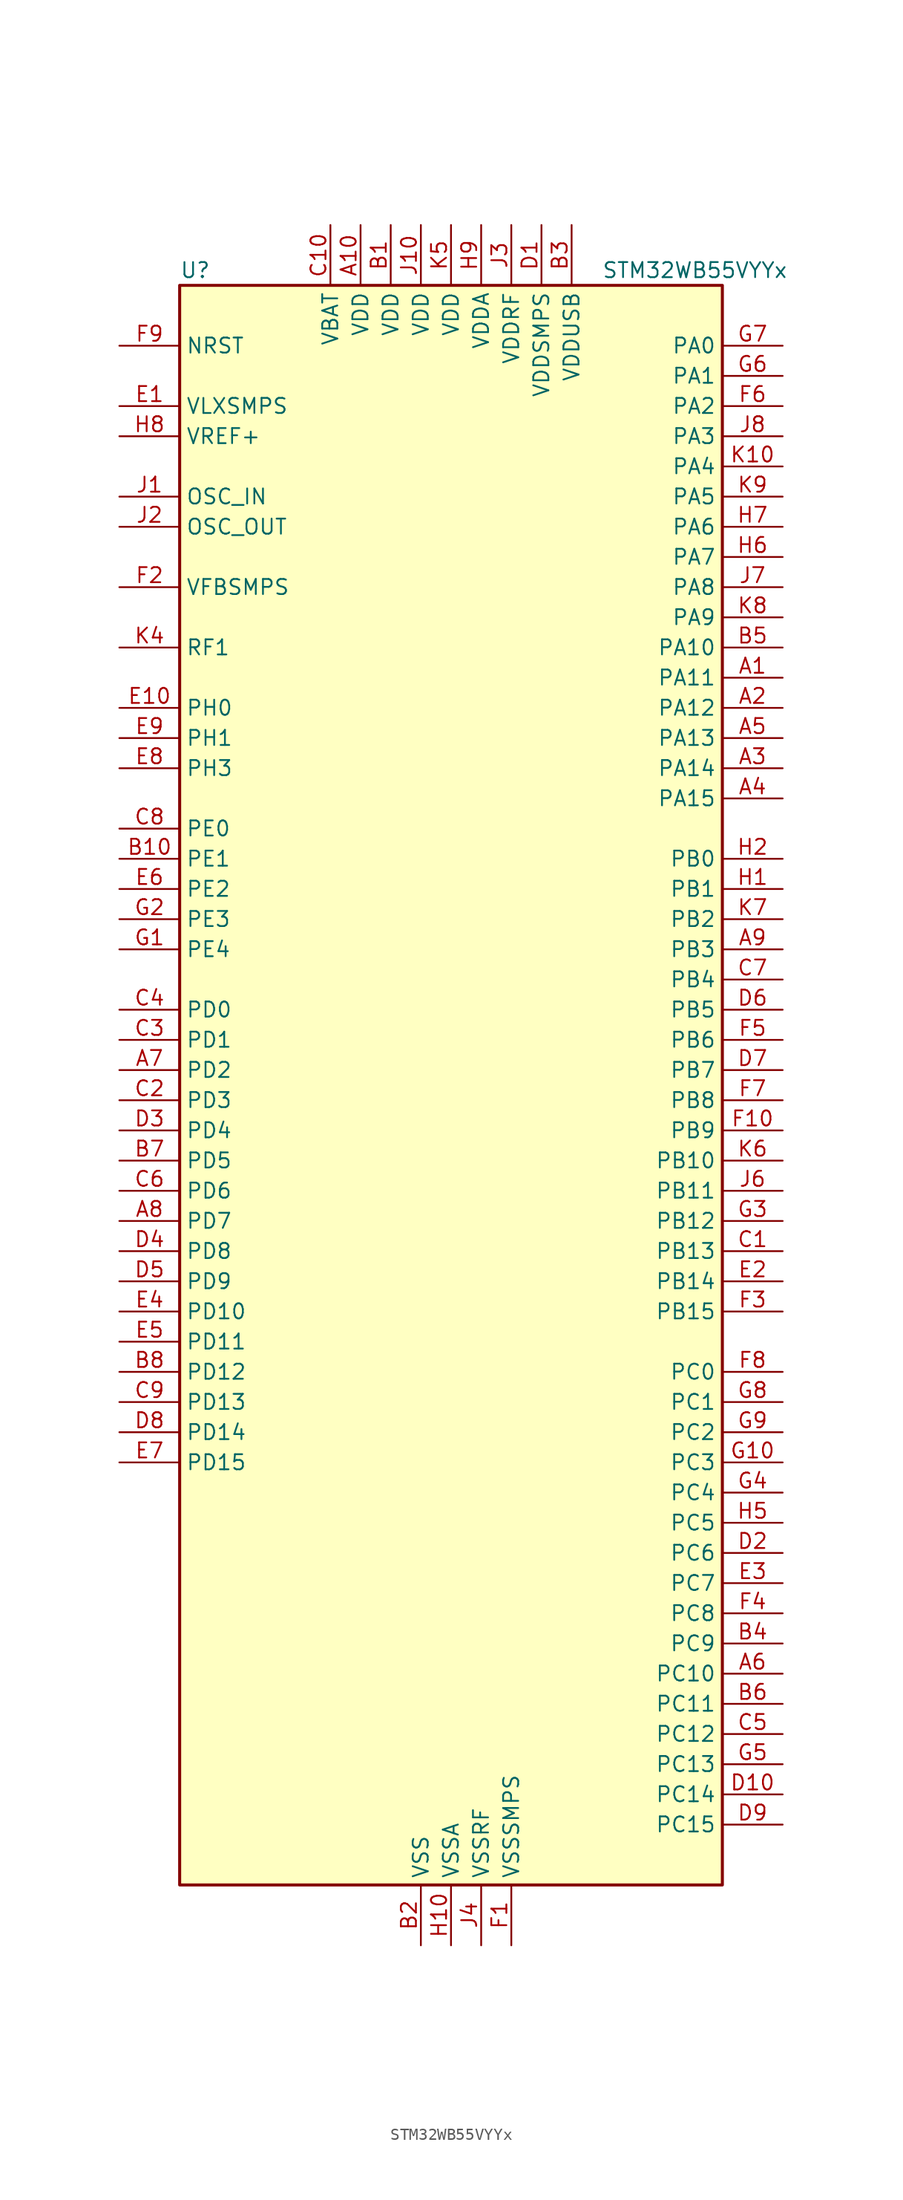
<source format=kicad_sym>
(kicad_symbol_lib
  (version 20241209)
  (generator "kicad_symbol_editor")
  (generator_version "9.0")
  (symbol "STM32WB55VYYx"
    (property "Reference" "U"
      (at -22.86 69.85 0)
      (effects (font (size 1.27 1.27)) (justify left)))
    (property "Value" "STM32WB55VYYx"
      (at 12.7 69.85 0)
      (effects (font (size 1.27 1.27)) (justify left)))
    (symbol "STM32WB55VYYx_0_1"
      (rectangle (start -22.86 -66.04) (end 22.86 68.58) (stroke (width 0.254) (type default)) (fill (type background))))
    (symbol "STM32WB55VYYx_1_1"
      (pin input line (at -27.94 63.5 0) (length 5.08) (name "NRST" (effects (font (size 1.27 1.27)))) (number "F9" (effects (font (size 1.27 1.27)))))
      (pin power_in line (at -27.94 58.42 0) (length 5.08) (name "VLXSMPS" (effects (font (size 1.27 1.27)))) (number "E1" (effects (font (size 1.27 1.27)))))
      (pin input line (at -27.94 55.88 0) (length 5.08) (name "VREF+" (effects (font (size 1.27 1.27)))) (number "H8" (effects (font (size 1.27 1.27)))) (alternate "VREFBUF_OUT" bidirectional line))
      (pin input line (at -27.94 50.8 0) (length 5.08) (name "OSC_IN" (effects (font (size 1.27 1.27)))) (number "J1" (effects (font (size 1.27 1.27)))) (alternate "RCC_OSC_IN" bidirectional line))
      (pin input line (at -27.94 48.26 0) (length 5.08) (name "OSC_OUT" (effects (font (size 1.27 1.27)))) (number "J2" (effects (font (size 1.27 1.27)))) (alternate "RCC_OSC_OUT" bidirectional line))
      (pin input line (at -27.94 43.18 0) (length 5.08) (name "VFBSMPS" (effects (font (size 1.27 1.27)))) (number "F2" (effects (font (size 1.27 1.27)))))
      (pin bidirectional line (at -27.94 38.1 0) (length 5.08) (name "RF1" (effects (font (size 1.27 1.27)))) (number "K4" (effects (font (size 1.27 1.27)))) (alternate "RF_RF1" bidirectional line))
      (pin bidirectional line (at -27.94 33.02 0) (length 5.08) (name "PH0" (effects (font (size 1.27 1.27)))) (number "E10" (effects (font (size 1.27 1.27)))))
      (pin bidirectional line (at -27.94 30.48 0) (length 5.08) (name "PH1" (effects (font (size 1.27 1.27)))) (number "E9" (effects (font (size 1.27 1.27)))))
      (pin bidirectional line (at -27.94 27.94 0) (length 5.08) (name "PH3" (effects (font (size 1.27 1.27)))) (number "E8" (effects (font (size 1.27 1.27)))) (alternate "RCC_LSCO" bidirectional line))
      (pin bidirectional line (at -27.94 22.86 0) (length 5.08) (name "PE0" (effects (font (size 1.27 1.27)))) (number "C8" (effects (font (size 1.27 1.27)))) (alternate "LCD_SEG36" bidirectional line) (alternate "TIM16_CH1" bidirectional line) (alternate "TIM1_ETR" bidirectional line) (alternate "TSC_G7_IO3" bidirectional line))
      (pin bidirectional line (at -27.94 20.32 0) (length 5.08) (name "PE1" (effects (font (size 1.27 1.27)))) (number "B10" (effects (font (size 1.27 1.27)))) (alternate "LCD_SEG37" bidirectional line) (alternate "TIM17_CH1" bidirectional line) (alternate "TSC_G7_IO2" bidirectional line))
      (pin bidirectional line (at -27.94 17.78 0) (length 5.08) (name "PE2" (effects (font (size 1.27 1.27)))) (number "E6" (effects (font (size 1.27 1.27)))) (alternate "LCD_SEG38" bidirectional line) (alternate "SAI1_CK1" bidirectional line) (alternate "SAI1_MCLK_A" bidirectional line) (alternate "SYS_TRACECLK" bidirectional line) (alternate "TSC_G7_IO1" bidirectional line))
      (pin bidirectional line (at -27.94 15.24 0) (length 5.08) (name "PE3" (effects (font (size 1.27 1.27)))) (number "G2" (effects (font (size 1.27 1.27)))))
      (pin bidirectional line (at -27.94 12.7 0) (length 5.08) (name "PE4" (effects (font (size 1.27 1.27)))) (number "G1" (effects (font (size 1.27 1.27)))))
      (pin bidirectional line (at -27.94 7.62 0) (length 5.08) (name "PD0" (effects (font (size 1.27 1.27)))) (number "C4" (effects (font (size 1.27 1.27)))) (alternate "SPI2_NSS" bidirectional line))
      (pin bidirectional line (at -27.94 5.08 0) (length 5.08) (name "PD1" (effects (font (size 1.27 1.27)))) (number "C3" (effects (font (size 1.27 1.27)))) (alternate "SPI2_SCK" bidirectional line))
      (pin bidirectional line (at -27.94 2.54 0) (length 5.08) (name "PD2" (effects (font (size 1.27 1.27)))) (number "A7" (effects (font (size 1.27 1.27)))) (alternate "LCD_COM7" bidirectional line) (alternate "LCD_SEG31" bidirectional line) (alternate "LCD_SEG43" bidirectional line) (alternate "SYS_TRACED2" bidirectional line) (alternate "TSC_SYNC" bidirectional line))
      (pin bidirectional line (at -27.94 0 0) (length 5.08) (name "PD3" (effects (font (size 1.27 1.27)))) (number "C2" (effects (font (size 1.27 1.27)))) (alternate "QUADSPI_BK1_NCS" bidirectional line) (alternate "SPI2_MISO" bidirectional line) (alternate "SPI2_SCK" bidirectional line))
      (pin bidirectional line (at -27.94 -2.54 0) (length 5.08) (name "PD4" (effects (font (size 1.27 1.27)))) (number "D3" (effects (font (size 1.27 1.27)))) (alternate "QUADSPI_BK1_IO0" bidirectional line) (alternate "SPI2_MOSI" bidirectional line) (alternate "TSC_G5_IO1" bidirectional line))
      (pin bidirectional line (at -27.94 -5.08 0) (length 5.08) (name "PD5" (effects (font (size 1.27 1.27)))) (number "B7" (effects (font (size 1.27 1.27)))) (alternate "QUADSPI_BK1_IO1" bidirectional line) (alternate "SAI1_MCLK_B" bidirectional line) (alternate "TSC_G5_IO2" bidirectional line))
      (pin bidirectional line (at -27.94 -7.62 0) (length 5.08) (name "PD6" (effects (font (size 1.27 1.27)))) (number "C6" (effects (font (size 1.27 1.27)))) (alternate "QUADSPI_BK1_IO2" bidirectional line) (alternate "SAI1_D1" bidirectional line) (alternate "SAI1_SD_A" bidirectional line) (alternate "TSC_G5_IO3" bidirectional line))
      (pin bidirectional line (at -27.94 -10.16 0) (length 5.08) (name "PD7" (effects (font (size 1.27 1.27)))) (number "A8" (effects (font (size 1.27 1.27)))) (alternate "LCD_SEG39" bidirectional line) (alternate "QUADSPI_BK1_IO3" bidirectional line) (alternate "TSC_G5_IO4" bidirectional line))
      (pin bidirectional line (at -27.94 -12.7 0) (length 5.08) (name "PD8" (effects (font (size 1.27 1.27)))) (number "D4" (effects (font (size 1.27 1.27)))) (alternate "LCD_SEG28" bidirectional line) (alternate "TIM1_BKIN2" bidirectional line))
      (pin bidirectional line (at -27.94 -15.24 0) (length 5.08) (name "PD9" (effects (font (size 1.27 1.27)))) (number "D5" (effects (font (size 1.27 1.27)))) (alternate "LCD_SEG29" bidirectional line) (alternate "SYS_TRACED0" bidirectional line))
      (pin bidirectional line (at -27.94 -17.78 0) (length 5.08) (name "PD10" (effects (font (size 1.27 1.27)))) (number "E4" (effects (font (size 1.27 1.27)))) (alternate "LCD_SEG30" bidirectional line) (alternate "SYS_TRIG_INOUT" bidirectional line) (alternate "TSC_G6_IO1" bidirectional line))
      (pin bidirectional line (at -27.94 -20.32 0) (length 5.08) (name "PD11" (effects (font (size 1.27 1.27)))) (number "E5" (effects (font (size 1.27 1.27)))) (alternate "ADC1_EXTI11" bidirectional line) (alternate "LCD_SEG31" bidirectional line) (alternate "LPTIM2_ETR" bidirectional line) (alternate "TSC_G6_IO2" bidirectional line))
      (pin bidirectional line (at -27.94 -22.86 0) (length 5.08) (name "PD12" (effects (font (size 1.27 1.27)))) (number "B8" (effects (font (size 1.27 1.27)))) (alternate "LCD_SEG32" bidirectional line) (alternate "LPTIM2_IN1" bidirectional line) (alternate "TSC_G6_IO3" bidirectional line))
      (pin bidirectional line (at -27.94 -25.4 0) (length 5.08) (name "PD13" (effects (font (size 1.27 1.27)))) (number "C9" (effects (font (size 1.27 1.27)))) (alternate "LCD_SEG33" bidirectional line) (alternate "LPTIM2_OUT" bidirectional line) (alternate "TSC_G6_IO4" bidirectional line))
      (pin bidirectional line (at -27.94 -27.94 0) (length 5.08) (name "PD14" (effects (font (size 1.27 1.27)))) (number "D8" (effects (font (size 1.27 1.27)))) (alternate "LCD_SEG34" bidirectional line) (alternate "TIM1_CH1" bidirectional line))
      (pin bidirectional line (at -27.94 -30.48 0) (length 5.08) (name "PD15" (effects (font (size 1.27 1.27)))) (number "E7" (effects (font (size 1.27 1.27)))) (alternate "ADC1_EXTI15" bidirectional line) (alternate "LCD_SEG35" bidirectional line) (alternate "TIM1_CH2" bidirectional line))
      (pin no_connect line (at -22.86 -63.5 0) (length 5.08) (hide yes) (name "AT1" (effects (font (size 1.27 1.27)))) (number "H4" (effects (font (size 1.27 1.27)))))
      (pin no_connect line (at -22.86 -66.04 0) (length 5.08) (hide yes) (name "AT0" (effects (font (size 1.27 1.27)))) (number "H3" (effects (font (size 1.27 1.27)))))
      (pin power_in line (at -10.16 73.66 270) (length 5.08) (name "VBAT" (effects (font (size 1.27 1.27)))) (number "C10" (effects (font (size 1.27 1.27)))))
      (pin power_in line (at -7.62 73.66 270) (length 5.08) (name "VDD" (effects (font (size 1.27 1.27)))) (number "A10" (effects (font (size 1.27 1.27)))))
      (pin power_in line (at -5.08 73.66 270) (length 5.08) (name "VDD" (effects (font (size 1.27 1.27)))) (number "B1" (effects (font (size 1.27 1.27)))))
      (pin power_in line (at -2.54 73.66 270) (length 5.08) (name "VDD" (effects (font (size 1.27 1.27)))) (number "J10" (effects (font (size 1.27 1.27)))))
      (pin power_in line (at -2.54 -71.12 90) (length 5.08) (name "VSS" (effects (font (size 1.27 1.27)))) (number "B2" (effects (font (size 1.27 1.27)))))
      (pin passive line (at -2.54 -71.12 90) (length 5.08) (hide yes) (name "VSS" (effects (font (size 1.27 1.27)))) (number "B9" (effects (font (size 1.27 1.27)))))
      (pin passive line (at -2.54 -71.12 90) (length 5.08) (hide yes) (name "VSS" (effects (font (size 1.27 1.27)))) (number "J5" (effects (font (size 1.27 1.27)))))
      (pin passive line (at -2.54 -71.12 90) (length 5.08) (hide yes) (name "VSS" (effects (font (size 1.27 1.27)))) (number "J9" (effects (font (size 1.27 1.27)))))
      (pin power_in line (at 0 73.66 270) (length 5.08) (name "VDD" (effects (font (size 1.27 1.27)))) (number "K5" (effects (font (size 1.27 1.27)))))
      (pin power_in line (at 0 -71.12 90) (length 5.08) (name "VSSA" (effects (font (size 1.27 1.27)))) (number "H10" (effects (font (size 1.27 1.27)))))
      (pin power_in line (at 2.54 73.66 270) (length 5.08) (name "VDDA" (effects (font (size 1.27 1.27)))) (number "H9" (effects (font (size 1.27 1.27)))))
      (pin power_in line (at 2.54 -71.12 90) (length 5.08) (name "VSSRF" (effects (font (size 1.27 1.27)))) (number "J4" (effects (font (size 1.27 1.27)))))
      (pin passive line (at 2.54 -71.12 90) (length 5.08) (hide yes) (name "VSSRF" (effects (font (size 1.27 1.27)))) (number "K1" (effects (font (size 1.27 1.27)))))
      (pin passive line (at 2.54 -71.12 90) (length 5.08) (hide yes) (name "VSSRF" (effects (font (size 1.27 1.27)))) (number "K2" (effects (font (size 1.27 1.27)))))
      (pin passive line (at 2.54 -71.12 90) (length 5.08) (hide yes) (name "VSSRF" (effects (font (size 1.27 1.27)))) (number "K3" (effects (font (size 1.27 1.27)))))
      (pin power_in line (at 5.08 73.66 270) (length 5.08) (name "VDDRF" (effects (font (size 1.27 1.27)))) (number "J3" (effects (font (size 1.27 1.27)))))
      (pin power_in line (at 5.08 -71.12 90) (length 5.08) (name "VSSSMPS" (effects (font (size 1.27 1.27)))) (number "F1" (effects (font (size 1.27 1.27)))))
      (pin power_in line (at 7.62 73.66 270) (length 5.08) (name "VDDSMPS" (effects (font (size 1.27 1.27)))) (number "D1" (effects (font (size 1.27 1.27)))))
      (pin power_in line (at 10.16 73.66 270) (length 5.08) (name "VDDUSB" (effects (font (size 1.27 1.27)))) (number "B3" (effects (font (size 1.27 1.27)))))
      (pin bidirectional line (at 27.94 63.5 180) (length 5.08) (name "PA0" (effects (font (size 1.27 1.27)))) (number "G7" (effects (font (size 1.27 1.27)))) (alternate "ADC1_IN5" bidirectional line) (alternate "COMP1_INM" bidirectional line) (alternate "COMP1_OUT" bidirectional line) (alternate "RTC_TAMP2" bidirectional line) (alternate "SAI1_EXTCLK" bidirectional line) (alternate "SYS_WKUP1" bidirectional line) (alternate "TIM2_CH1" bidirectional line) (alternate "TIM2_ETR" bidirectional line))
      (pin bidirectional line (at 27.94 60.96 180) (length 5.08) (name "PA1" (effects (font (size 1.27 1.27)))) (number "G6" (effects (font (size 1.27 1.27)))) (alternate "ADC1_IN6" bidirectional line) (alternate "COMP1_INP" bidirectional line) (alternate "I2C1_SMBA" bidirectional line) (alternate "LCD_SEG0" bidirectional line) (alternate "SPI1_SCK" bidirectional line) (alternate "TIM2_CH2" bidirectional line))
      (pin bidirectional line (at 27.94 58.42 180) (length 5.08) (name "PA2" (effects (font (size 1.27 1.27)))) (number "F6" (effects (font (size 1.27 1.27)))) (alternate "ADC1_IN7" bidirectional line) (alternate "COMP2_INM" bidirectional line) (alternate "COMP2_OUT" bidirectional line) (alternate "LCD_SEG1" bidirectional line) (alternate "LPUART1_TX" bidirectional line) (alternate "QUADSPI_BK1_NCS" bidirectional line) (alternate "RCC_LSCO" bidirectional line) (alternate "SYS_WKUP4" bidirectional line) (alternate "TIM2_CH3" bidirectional line))
      (pin bidirectional line (at 27.94 55.88 180) (length 5.08) (name "PA3" (effects (font (size 1.27 1.27)))) (number "J8" (effects (font (size 1.27 1.27)))) (alternate "ADC1_IN8" bidirectional line) (alternate "COMP2_INP" bidirectional line) (alternate "LCD_SEG2" bidirectional line) (alternate "LPUART1_RX" bidirectional line) (alternate "QUADSPI_CLK" bidirectional line) (alternate "SAI1_CK1" bidirectional line) (alternate "SAI1_MCLK_A" bidirectional line) (alternate "TIM2_CH4" bidirectional line))
      (pin bidirectional line (at 27.94 53.34 180) (length 5.08) (name "PA4" (effects (font (size 1.27 1.27)))) (number "K10" (effects (font (size 1.27 1.27)))) (alternate "ADC1_IN9" bidirectional line) (alternate "COMP1_INM" bidirectional line) (alternate "COMP2_INM" bidirectional line) (alternate "LCD_SEG5" bidirectional line) (alternate "LPTIM2_OUT" bidirectional line) (alternate "SAI1_FS_B" bidirectional line) (alternate "SPI1_NSS" bidirectional line))
      (pin bidirectional line (at 27.94 50.8 180) (length 5.08) (name "PA5" (effects (font (size 1.27 1.27)))) (number "K9" (effects (font (size 1.27 1.27)))) (alternate "ADC1_IN10" bidirectional line) (alternate "COMP1_INM" bidirectional line) (alternate "COMP2_INM" bidirectional line) (alternate "LPTIM2_ETR" bidirectional line) (alternate "SAI1_SD_B" bidirectional line) (alternate "SPI1_SCK" bidirectional line) (alternate "TIM2_CH1" bidirectional line) (alternate "TIM2_ETR" bidirectional line))
      (pin bidirectional line (at 27.94 48.26 180) (length 5.08) (name "PA6" (effects (font (size 1.27 1.27)))) (number "H7" (effects (font (size 1.27 1.27)))) (alternate "ADC1_IN11" bidirectional line) (alternate "LCD_SEG3" bidirectional line) (alternate "LPUART1_CTS" bidirectional line) (alternate "QUADSPI_BK1_IO3" bidirectional line) (alternate "SPI1_MISO" bidirectional line) (alternate "TIM16_CH1" bidirectional line) (alternate "TIM1_BKIN" bidirectional line))
      (pin bidirectional line (at 27.94 45.72 180) (length 5.08) (name "PA7" (effects (font (size 1.27 1.27)))) (number "H6" (effects (font (size 1.27 1.27)))) (alternate "ADC1_IN12" bidirectional line) (alternate "COMP2_OUT" bidirectional line) (alternate "I2C3_SCL" bidirectional line) (alternate "LCD_SEG4" bidirectional line) (alternate "QUADSPI_BK1_IO2" bidirectional line) (alternate "SPI1_MOSI" bidirectional line) (alternate "TIM17_CH1" bidirectional line) (alternate "TIM1_CH1N" bidirectional line))
      (pin bidirectional line (at 27.94 43.18 180) (length 5.08) (name "PA8" (effects (font (size 1.27 1.27)))) (number "J7" (effects (font (size 1.27 1.27)))) (alternate "ADC1_IN15" bidirectional line) (alternate "LCD_COM0" bidirectional line) (alternate "LPTIM2_OUT" bidirectional line) (alternate "RCC_MCO" bidirectional line) (alternate "SAI1_CK2" bidirectional line) (alternate "SAI1_SCK_A" bidirectional line) (alternate "TIM1_CH1" bidirectional line) (alternate "USART1_CK" bidirectional line))
      (pin bidirectional line (at 27.94 40.64 180) (length 5.08) (name "PA9" (effects (font (size 1.27 1.27)))) (number "K8" (effects (font (size 1.27 1.27)))) (alternate "ADC1_IN16" bidirectional line) (alternate "COMP1_INM" bidirectional line) (alternate "I2C1_SCL" bidirectional line) (alternate "LCD_COM1" bidirectional line) (alternate "SAI1_D2" bidirectional line) (alternate "SAI1_FS_A" bidirectional line) (alternate "SPI2_SCK" bidirectional line) (alternate "TIM1_CH2" bidirectional line) (alternate "USART1_TX" bidirectional line))
      (pin bidirectional line (at 27.94 38.1 180) (length 5.08) (name "PA10" (effects (font (size 1.27 1.27)))) (number "B5" (effects (font (size 1.27 1.27)))) (alternate "CRS_SYNC" bidirectional line) (alternate "I2C1_SDA" bidirectional line) (alternate "LCD_COM2" bidirectional line) (alternate "SAI1_D1" bidirectional line) (alternate "SAI1_SD_A" bidirectional line) (alternate "TIM17_BKIN" bidirectional line) (alternate "TIM1_CH3" bidirectional line) (alternate "USART1_RX" bidirectional line))
      (pin bidirectional line (at 27.94 35.56 180) (length 5.08) (name "PA11" (effects (font (size 1.27 1.27)))) (number "A1" (effects (font (size 1.27 1.27)))) (alternate "ADC1_EXTI11" bidirectional line) (alternate "SPI1_MISO" bidirectional line) (alternate "TIM1_BKIN2" bidirectional line) (alternate "TIM1_CH4" bidirectional line) (alternate "USART1_CTS" bidirectional line) (alternate "USART1_NSS" bidirectional line) (alternate "USB_DM" bidirectional line))
      (pin bidirectional line (at 27.94 33.02 180) (length 5.08) (name "PA12" (effects (font (size 1.27 1.27)))) (number "A2" (effects (font (size 1.27 1.27)))) (alternate "LPUART1_RX" bidirectional line) (alternate "SPI1_MOSI" bidirectional line) (alternate "TIM1_ETR" bidirectional line) (alternate "USART1_DE" bidirectional line) (alternate "USART1_RTS" bidirectional line) (alternate "USB_DP" bidirectional line))
      (pin bidirectional line (at 27.94 30.48 180) (length 5.08) (name "PA13" (effects (font (size 1.27 1.27)))) (number "A5" (effects (font (size 1.27 1.27)))) (alternate "IR_OUT" bidirectional line) (alternate "SAI1_SD_B" bidirectional line) (alternate "SYS_JTMS-SWDIO" bidirectional line) (alternate "USB_NOE" bidirectional line))
      (pin bidirectional line (at 27.94 27.94 180) (length 5.08) (name "PA14" (effects (font (size 1.27 1.27)))) (number "A3" (effects (font (size 1.27 1.27)))) (alternate "I2C1_SMBA" bidirectional line) (alternate "LCD_SEG5" bidirectional line) (alternate "LPTIM1_OUT" bidirectional line) (alternate "SAI1_FS_B" bidirectional line) (alternate "SYS_JTCK-SWCLK" bidirectional line))
      (pin bidirectional line (at 27.94 25.4 180) (length 5.08) (name "PA15" (effects (font (size 1.27 1.27)))) (number "A4" (effects (font (size 1.27 1.27)))) (alternate "ADC1_EXTI15" bidirectional line) (alternate "LCD_SEG17" bidirectional line) (alternate "RCC_MCO" bidirectional line) (alternate "SPI1_NSS" bidirectional line) (alternate "SYS_JTDI" bidirectional line) (alternate "TIM2_CH1" bidirectional line) (alternate "TIM2_ETR" bidirectional line) (alternate "TSC_G3_IO1" bidirectional line))
      (pin bidirectional line (at 27.94 20.32 180) (length 5.08) (name "PB0" (effects (font (size 1.27 1.27)))) (number "H2" (effects (font (size 1.27 1.27)))) (alternate "COMP1_OUT" bidirectional line) (alternate "RF_TX_MOD_EXT_PA" bidirectional line))
      (pin bidirectional line (at 27.94 17.78 180) (length 5.08) (name "PB1" (effects (font (size 1.27 1.27)))) (number "H1" (effects (font (size 1.27 1.27)))) (alternate "LPTIM2_IN1" bidirectional line) (alternate "LPUART1_DE" bidirectional line) (alternate "LPUART1_RTS" bidirectional line))
      (pin bidirectional line (at 27.94 15.24 180) (length 5.08) (name "PB2" (effects (font (size 1.27 1.27)))) (number "K7" (effects (font (size 1.27 1.27)))) (alternate "COMP1_INP" bidirectional line) (alternate "I2C3_SMBA" bidirectional line) (alternate "LCD_VLCD" bidirectional line) (alternate "LPTIM1_OUT" bidirectional line) (alternate "RTC_OUT2" bidirectional line) (alternate "SAI1_EXTCLK" bidirectional line) (alternate "SPI1_NSS" bidirectional line))
      (pin bidirectional line (at 27.94 12.7 180) (length 5.08) (name "PB3" (effects (font (size 1.27 1.27)))) (number "A9" (effects (font (size 1.27 1.27)))) (alternate "COMP2_INM" bidirectional line) (alternate "LCD_SEG7" bidirectional line) (alternate "SAI1_SCK_B" bidirectional line) (alternate "SPI1_SCK" bidirectional line) (alternate "SYS_JTDO-SWO" bidirectional line) (alternate "TIM2_CH2" bidirectional line) (alternate "USART1_DE" bidirectional line) (alternate "USART1_RTS" bidirectional line))
      (pin bidirectional line (at 27.94 10.16 180) (length 5.08) (name "PB4" (effects (font (size 1.27 1.27)))) (number "C7" (effects (font (size 1.27 1.27)))) (alternate "COMP2_INP" bidirectional line) (alternate "I2C3_SDA" bidirectional line) (alternate "LCD_SEG8" bidirectional line) (alternate "SAI1_MCLK_B" bidirectional line) (alternate "SPI1_MISO" bidirectional line) (alternate "SYS_JTRST" bidirectional line) (alternate "TIM17_BKIN" bidirectional line) (alternate "TSC_G2_IO1" bidirectional line) (alternate "USART1_CTS" bidirectional line) (alternate "USART1_NSS" bidirectional line))
      (pin bidirectional line (at 27.94 7.62 180) (length 5.08) (name "PB5" (effects (font (size 1.27 1.27)))) (number "D6" (effects (font (size 1.27 1.27)))) (alternate "COMP2_OUT" bidirectional line) (alternate "I2C1_SMBA" bidirectional line) (alternate "LCD_SEG9" bidirectional line) (alternate "LPTIM1_IN1" bidirectional line) (alternate "LPUART1_TX" bidirectional line) (alternate "SAI1_SD_B" bidirectional line) (alternate "SPI1_MOSI" bidirectional line) (alternate "TIM16_BKIN" bidirectional line) (alternate "TSC_G2_IO2" bidirectional line) (alternate "USART1_CK" bidirectional line))
      (pin bidirectional line (at 27.94 5.08 180) (length 5.08) (name "PB6" (effects (font (size 1.27 1.27)))) (number "F5" (effects (font (size 1.27 1.27)))) (alternate "COMP2_INP" bidirectional line) (alternate "I2C1_SCL" bidirectional line) (alternate "LCD_SEG6" bidirectional line) (alternate "LPTIM1_ETR" bidirectional line) (alternate "RCC_MCO" bidirectional line) (alternate "SAI1_FS_B" bidirectional line) (alternate "TIM16_CH1N" bidirectional line) (alternate "TSC_G2_IO3" bidirectional line) (alternate "USART1_TX" bidirectional line))
      (pin bidirectional line (at 27.94 2.54 180) (length 5.08) (name "PB7" (effects (font (size 1.27 1.27)))) (number "D7" (effects (font (size 1.27 1.27)))) (alternate "COMP2_INM" bidirectional line) (alternate "I2C1_SDA" bidirectional line) (alternate "LCD_SEG21" bidirectional line) (alternate "LPTIM1_IN2" bidirectional line) (alternate "SYS_PVD_IN" bidirectional line) (alternate "TIM17_CH1N" bidirectional line) (alternate "TIM1_BKIN" bidirectional line) (alternate "TSC_G2_IO4" bidirectional line) (alternate "USART1_RX" bidirectional line))
      (pin bidirectional line (at 27.94 0 180) (length 5.08) (name "PB8" (effects (font (size 1.27 1.27)))) (number "F7" (effects (font (size 1.27 1.27)))) (alternate "I2C1_SCL" bidirectional line) (alternate "LCD_SEG16" bidirectional line) (alternate "QUADSPI_BK1_IO1" bidirectional line) (alternate "SAI1_CK1" bidirectional line) (alternate "SAI1_MCLK_A" bidirectional line) (alternate "TIM16_CH1" bidirectional line) (alternate "TIM1_CH2N" bidirectional line))
      (pin bidirectional line (at 27.94 -2.54 180) (length 5.08) (name "PB9" (effects (font (size 1.27 1.27)))) (number "F10" (effects (font (size 1.27 1.27)))) (alternate "I2C1_SDA" bidirectional line) (alternate "IR_OUT" bidirectional line) (alternate "LCD_COM3" bidirectional line) (alternate "QUADSPI_BK1_IO0" bidirectional line) (alternate "SAI1_D2" bidirectional line) (alternate "SAI1_FS_A" bidirectional line) (alternate "SPI2_NSS" bidirectional line) (alternate "TIM17_CH1" bidirectional line) (alternate "TIM1_CH3N" bidirectional line) (alternate "TSC_G7_IO4" bidirectional line))
      (pin bidirectional line (at 27.94 -5.08 180) (length 5.08) (name "PB10" (effects (font (size 1.27 1.27)))) (number "K6" (effects (font (size 1.27 1.27)))) (alternate "COMP1_OUT" bidirectional line) (alternate "I2C3_SCL" bidirectional line) (alternate "LCD_SEG10" bidirectional line) (alternate "LPUART1_RX" bidirectional line) (alternate "QUADSPI_CLK" bidirectional line) (alternate "SAI1_SCK_A" bidirectional line) (alternate "SPI2_SCK" bidirectional line) (alternate "TIM2_CH3" bidirectional line) (alternate "TSC_SYNC" bidirectional line))
      (pin bidirectional line (at 27.94 -7.62 180) (length 5.08) (name "PB11" (effects (font (size 1.27 1.27)))) (number "J6" (effects (font (size 1.27 1.27)))) (alternate "ADC1_EXTI11" bidirectional line) (alternate "COMP2_OUT" bidirectional line) (alternate "I2C3_SDA" bidirectional line) (alternate "LCD_SEG11" bidirectional line) (alternate "LPUART1_TX" bidirectional line) (alternate "QUADSPI_BK1_NCS" bidirectional line) (alternate "TIM2_CH4" bidirectional line))
      (pin bidirectional line (at 27.94 -10.16 180) (length 5.08) (name "PB12" (effects (font (size 1.27 1.27)))) (number "G3" (effects (font (size 1.27 1.27)))) (alternate "I2C3_SMBA" bidirectional line) (alternate "LCD_SEG12" bidirectional line) (alternate "LPUART1_DE" bidirectional line) (alternate "LPUART1_RTS" bidirectional line) (alternate "SAI1_FS_A" bidirectional line) (alternate "SPI2_NSS" bidirectional line) (alternate "TIM1_BKIN" bidirectional line) (alternate "TSC_G1_IO1" bidirectional line))
      (pin bidirectional line (at 27.94 -12.7 180) (length 5.08) (name "PB13" (effects (font (size 1.27 1.27)))) (number "C1" (effects (font (size 1.27 1.27)))) (alternate "I2C3_SCL" bidirectional line) (alternate "LCD_SEG13" bidirectional line) (alternate "LPUART1_CTS" bidirectional line) (alternate "SAI1_SCK_A" bidirectional line) (alternate "SPI2_SCK" bidirectional line) (alternate "TIM1_CH1N" bidirectional line) (alternate "TSC_G1_IO2" bidirectional line))
      (pin bidirectional line (at 27.94 -15.24 180) (length 5.08) (name "PB14" (effects (font (size 1.27 1.27)))) (number "E2" (effects (font (size 1.27 1.27)))) (alternate "I2C3_SDA" bidirectional line) (alternate "LCD_SEG14" bidirectional line) (alternate "SAI1_MCLK_A" bidirectional line) (alternate "SPI2_MISO" bidirectional line) (alternate "TIM1_CH2N" bidirectional line) (alternate "TSC_G1_IO3" bidirectional line))
      (pin bidirectional line (at 27.94 -17.78 180) (length 5.08) (name "PB15" (effects (font (size 1.27 1.27)))) (number "F3" (effects (font (size 1.27 1.27)))) (alternate "ADC1_EXTI15" bidirectional line) (alternate "LCD_SEG15" bidirectional line) (alternate "RTC_REFIN" bidirectional line) (alternate "SAI1_SD_A" bidirectional line) (alternate "SPI2_MOSI" bidirectional line) (alternate "TIM1_CH3N" bidirectional line) (alternate "TSC_G1_IO4" bidirectional line))
      (pin bidirectional line (at 27.94 -22.86 180) (length 5.08) (name "PC0" (effects (font (size 1.27 1.27)))) (number "F8" (effects (font (size 1.27 1.27)))) (alternate "ADC1_IN1" bidirectional line) (alternate "I2C3_SCL" bidirectional line) (alternate "LCD_SEG18" bidirectional line) (alternate "LPTIM1_IN1" bidirectional line) (alternate "LPTIM2_IN1" bidirectional line) (alternate "LPUART1_RX" bidirectional line))
      (pin bidirectional line (at 27.94 -25.4 180) (length 5.08) (name "PC1" (effects (font (size 1.27 1.27)))) (number "G8" (effects (font (size 1.27 1.27)))) (alternate "ADC1_IN2" bidirectional line) (alternate "I2C3_SDA" bidirectional line) (alternate "LCD_SEG19" bidirectional line) (alternate "LPTIM1_OUT" bidirectional line) (alternate "LPUART1_TX" bidirectional line) (alternate "SPI2_MOSI" bidirectional line))
      (pin bidirectional line (at 27.94 -27.94 180) (length 5.08) (name "PC2" (effects (font (size 1.27 1.27)))) (number "G9" (effects (font (size 1.27 1.27)))) (alternate "ADC1_IN3" bidirectional line) (alternate "LCD_SEG20" bidirectional line) (alternate "LPTIM1_IN2" bidirectional line) (alternate "SPI2_MISO" bidirectional line))
      (pin bidirectional line (at 27.94 -30.48 180) (length 5.08) (name "PC3" (effects (font (size 1.27 1.27)))) (number "G10" (effects (font (size 1.27 1.27)))) (alternate "ADC1_IN4" bidirectional line) (alternate "LCD_VLCD" bidirectional line) (alternate "LPTIM1_ETR" bidirectional line) (alternate "LPTIM2_ETR" bidirectional line) (alternate "SAI1_D1" bidirectional line) (alternate "SAI1_SD_A" bidirectional line) (alternate "SPI2_MOSI" bidirectional line))
      (pin bidirectional line (at 27.94 -33.02 180) (length 5.08) (name "PC4" (effects (font (size 1.27 1.27)))) (number "G4" (effects (font (size 1.27 1.27)))) (alternate "ADC1_IN13" bidirectional line) (alternate "COMP1_INM" bidirectional line) (alternate "LCD_SEG22" bidirectional line))
      (pin bidirectional line (at 27.94 -35.56 180) (length 5.08) (name "PC5" (effects (font (size 1.27 1.27)))) (number "H5" (effects (font (size 1.27 1.27)))) (alternate "ADC1_IN14" bidirectional line) (alternate "COMP1_INP" bidirectional line) (alternate "LCD_SEG23" bidirectional line) (alternate "SAI1_D3" bidirectional line) (alternate "SYS_WKUP5" bidirectional line))
      (pin bidirectional line (at 27.94 -38.1 180) (length 5.08) (name "PC6" (effects (font (size 1.27 1.27)))) (number "D2" (effects (font (size 1.27 1.27)))) (alternate "LCD_SEG24" bidirectional line) (alternate "TSC_G4_IO1" bidirectional line))
      (pin bidirectional line (at 27.94 -40.64 180) (length 5.08) (name "PC7" (effects (font (size 1.27 1.27)))) (number "E3" (effects (font (size 1.27 1.27)))) (alternate "LCD_SEG25" bidirectional line) (alternate "TSC_G4_IO2" bidirectional line))
      (pin bidirectional line (at 27.94 -43.18 180) (length 5.08) (name "PC8" (effects (font (size 1.27 1.27)))) (number "F4" (effects (font (size 1.27 1.27)))) (alternate "LCD_SEG26" bidirectional line) (alternate "TSC_G4_IO3" bidirectional line))
      (pin bidirectional line (at 27.94 -45.72 180) (length 5.08) (name "PC9" (effects (font (size 1.27 1.27)))) (number "B4" (effects (font (size 1.27 1.27)))) (alternate "LCD_SEG27" bidirectional line) (alternate "SAI1_SCK_B" bidirectional line) (alternate "TIM1_BKIN" bidirectional line) (alternate "TSC_G4_IO4" bidirectional line) (alternate "USB_NOE" bidirectional line))
      (pin bidirectional line (at 27.94 -48.26 180) (length 5.08) (name "PC10" (effects (font (size 1.27 1.27)))) (number "A6" (effects (font (size 1.27 1.27)))) (alternate "LCD_COM4" bidirectional line) (alternate "LCD_SEG28" bidirectional line) (alternate "LCD_SEG40" bidirectional line) (alternate "SYS_TRACED1" bidirectional line) (alternate "TSC_G3_IO2" bidirectional line))
      (pin bidirectional line (at 27.94 -50.8 180) (length 5.08) (name "PC11" (effects (font (size 1.27 1.27)))) (number "B6" (effects (font (size 1.27 1.27)))) (alternate "ADC1_EXTI11" bidirectional line) (alternate "LCD_COM5" bidirectional line) (alternate "LCD_SEG29" bidirectional line) (alternate "LCD_SEG41" bidirectional line) (alternate "TSC_G3_IO3" bidirectional line))
      (pin bidirectional line (at 27.94 -53.34 180) (length 5.08) (name "PC12" (effects (font (size 1.27 1.27)))) (number "C5" (effects (font (size 1.27 1.27)))) (alternate "LCD_COM6" bidirectional line) (alternate "LCD_SEG30" bidirectional line) (alternate "LCD_SEG42" bidirectional line) (alternate "RCC_LSCO" bidirectional line) (alternate "RTC_TAMP3" bidirectional line) (alternate "SYS_TRACED3" bidirectional line) (alternate "SYS_WKUP3" bidirectional line) (alternate "TSC_G3_IO4" bidirectional line))
      (pin bidirectional line (at 27.94 -55.88 180) (length 5.08) (name "PC13" (effects (font (size 1.27 1.27)))) (number "G5" (effects (font (size 1.27 1.27)))) (alternate "RTC_OUT1" bidirectional line) (alternate "RTC_TAMP1" bidirectional line) (alternate "RTC_TS" bidirectional line) (alternate "SYS_WKUP2" bidirectional line))
      (pin bidirectional line (at 27.94 -58.42 180) (length 5.08) (name "PC14" (effects (font (size 1.27 1.27)))) (number "D10" (effects (font (size 1.27 1.27)))) (alternate "RCC_OSC32_IN" bidirectional line))
      (pin bidirectional line (at 27.94 -60.96 180) (length 5.08) (name "PC15" (effects (font (size 1.27 1.27)))) (number "D9" (effects (font (size 1.27 1.27)))) (alternate "ADC1_EXTI15" bidirectional line) (alternate "RCC_OSC32_OUT" bidirectional line)))))
</source>
